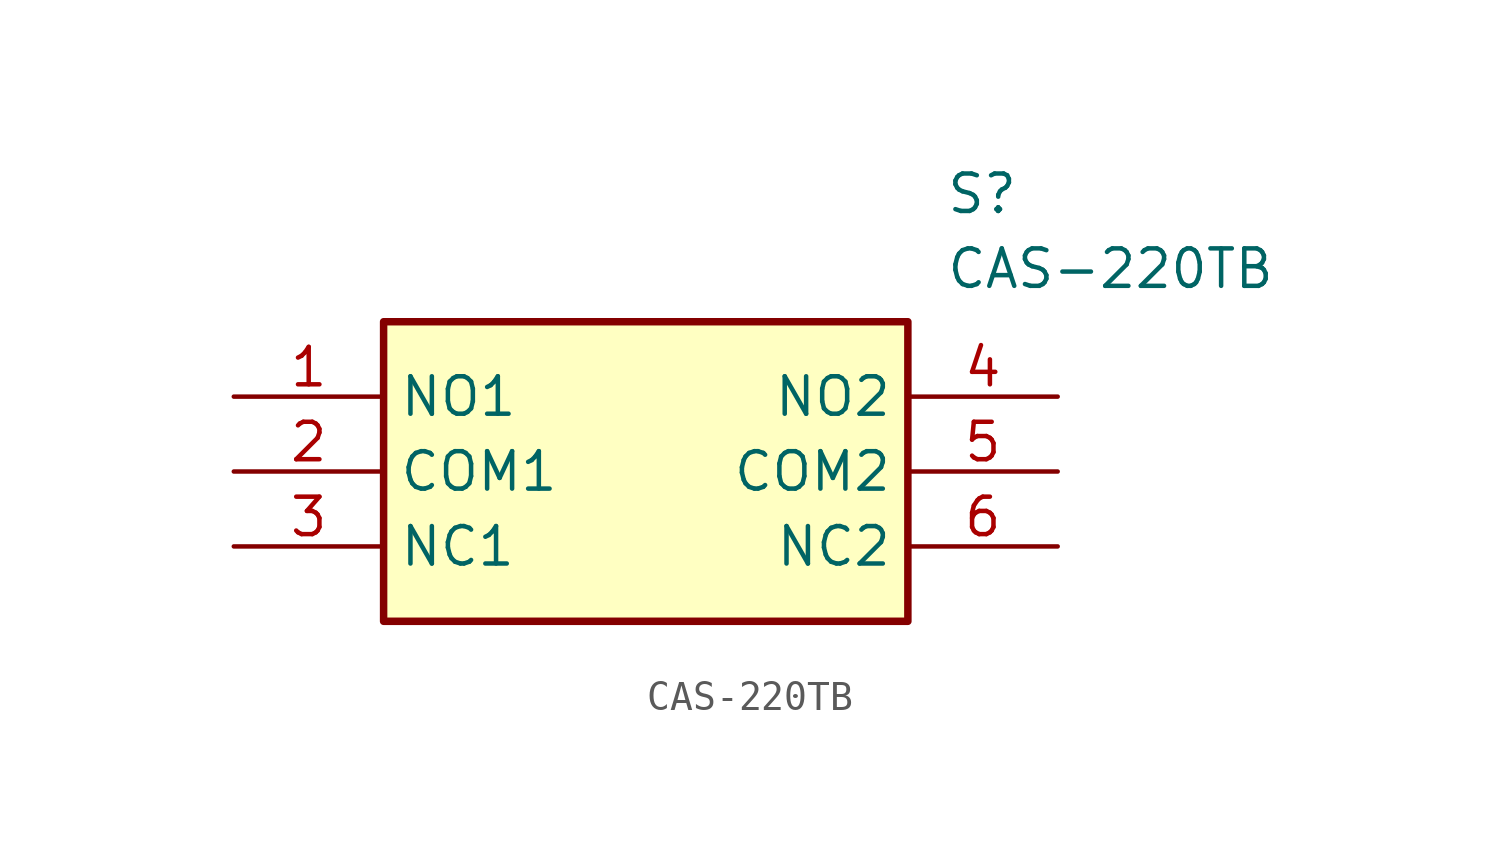
<source format=kicad_sym>
(kicad_symbol_lib
  (version 20211014)
  (generator SamacSys_ECAD_Model)
  (symbol "CAS-220TB"
    (property "Reference" "S"
      (at 24.13 7.62 0)
      (effects (font (size 1.27 1.27)) (justify left top)))
    (property "Value" "CAS-220TB"
      (at 24.13 5.08 0)
      (effects (font (size 1.27 1.27)) (justify left top)))
    (rectangle
      (start 5.08 2.54)
      (end 22.86 -7.62)
      (stroke (width 0.254) (type default))
      (fill (type background)))
    (pin passive line
      (at 0 0 0)
      (length 5.08)
      (name "NO1" (effects (font (size 1.27 1.27))))
      (number "1" (effects (font (size 1.27 1.27)))))
    (pin passive line
      (at 0 -2.54 0)
      (length 5.08)
      (name "COM1" (effects (font (size 1.27 1.27))))
      (number "2" (effects (font (size 1.27 1.27)))))
    (pin passive line
      (at 0 -5.08 0)
      (length 5.08)
      (name "NC1" (effects (font (size 1.27 1.27))))
      (number "3" (effects (font (size 1.27 1.27)))))
    (pin passive line
      (at 27.94 0 180)
      (length 5.08)
      (name "NO2" (effects (font (size 1.27 1.27))))
      (number "4" (effects (font (size 1.27 1.27)))))
    (pin passive line
      (at 27.94 -2.54 180)
      (length 5.08)
      (name "COM2" (effects (font (size 1.27 1.27))))
      (number "5" (effects (font (size 1.27 1.27)))))
    (pin passive line
      (at 27.94 -5.08 180)
      (length 5.08)
      (name "NC2" (effects (font (size 1.27 1.27))))
      (number "6" (effects (font (size 1.27 1.27)))))))
</source>
